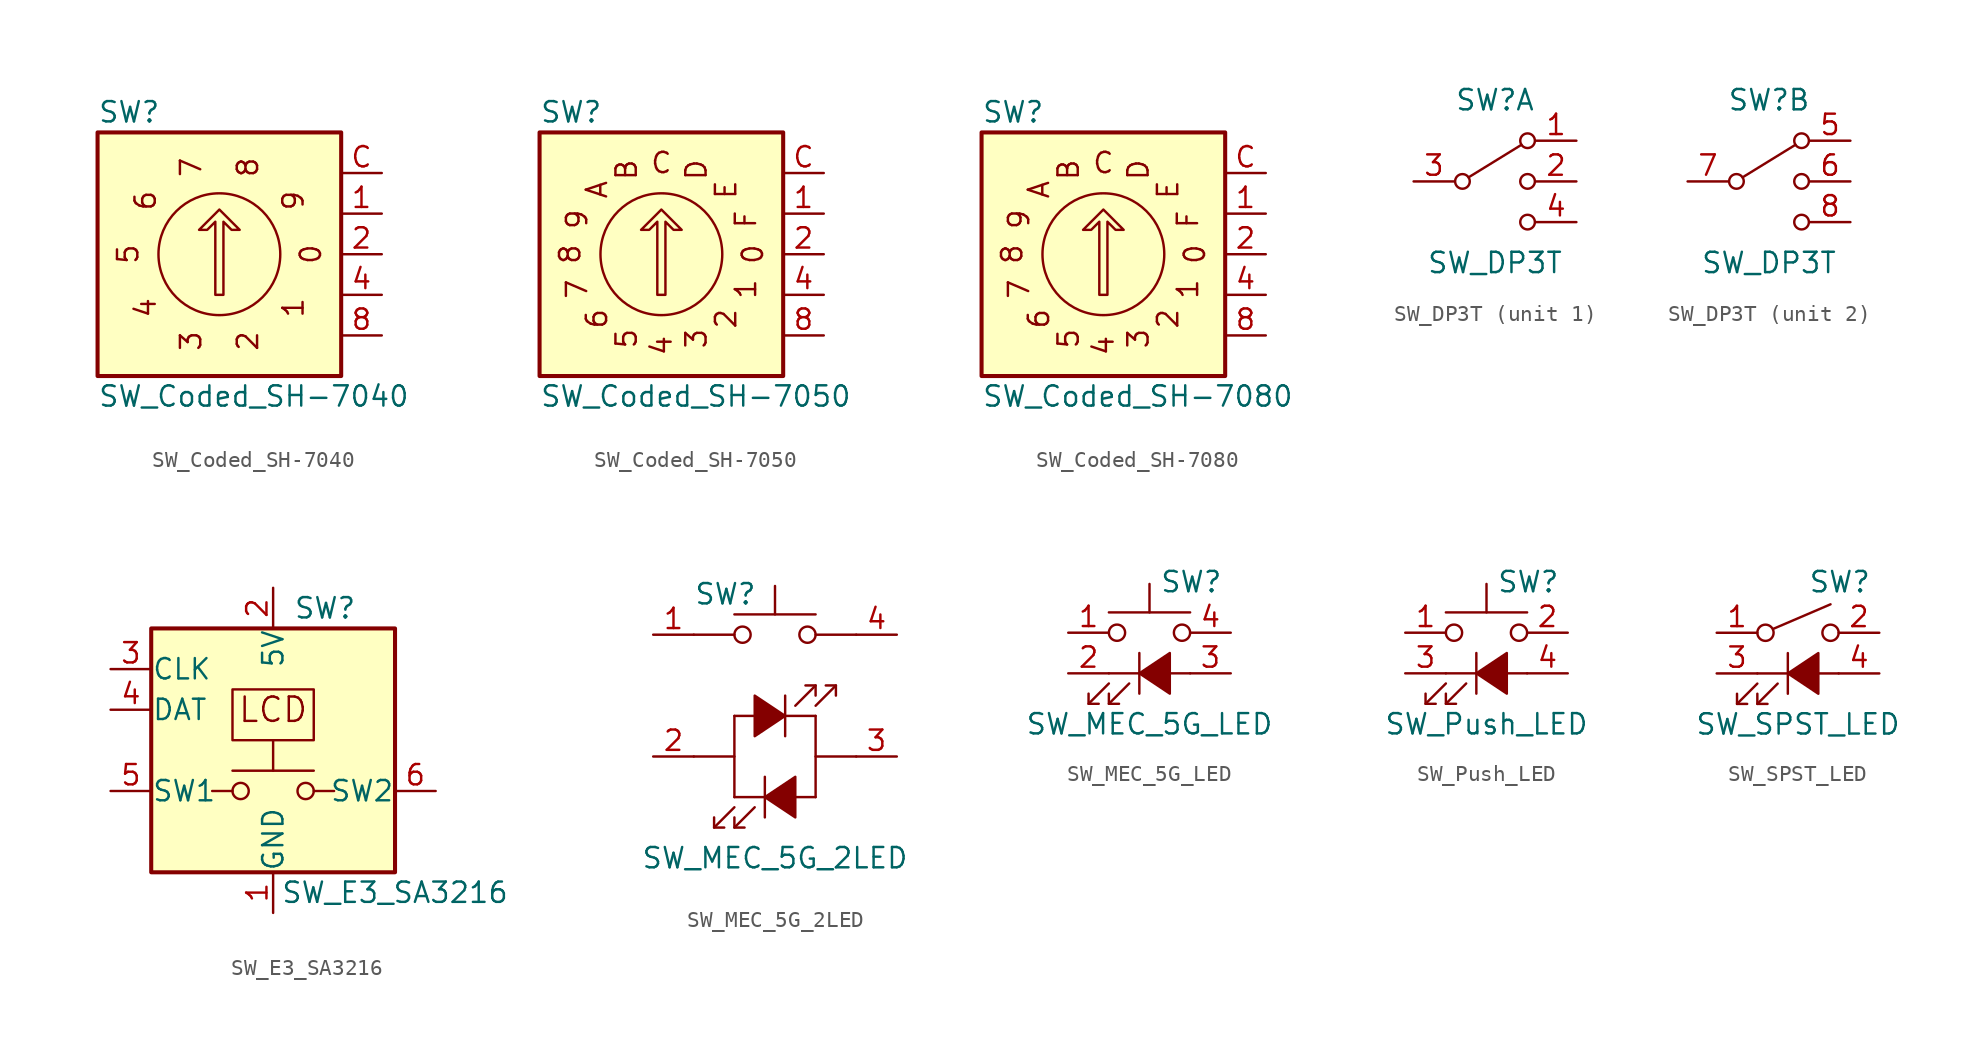
<source format=kicad_sym>
(kicad_symbol_lib
  (version 20200908)
  (generator kicad_symbol_editor)
  (symbol "Switch:SW_Coded_SH-7040"
    (pin_names hide)
    (property "Reference" "SW"
      (at -7.62 8.89 0)
      (effects (font (size 1.27 1.27)) (justify left)))
    (property "Value" "SW_Coded_SH-7040"
      (at -7.62 -8.89 0)
      (effects (font (size 1.27 1.27)) (justify left)))
    (symbol "SW_Coded_SH-7040_0_1"
      (circle (center 0 0) (radius 3.81) (stroke (width 0)) (fill (type none)))
      (rectangle (start 7.62 7.62) (end -7.62 -7.62) (stroke (width 0.254)) (fill (type background)))
      (polyline (pts (xy -0.254 -2.54) (xy -0.254 2.032) (xy -0.762 1.524) (xy -1.27 1.524) (xy 0 2.794) (xy 1.27 1.524) (xy 0.762 1.524) (xy 0.254 2.032) (xy 0.254 -2.54) (xy -0.254 -2.54) (xy -0.254 -2.54)) (stroke (width 0)) (fill (type none))))
    (symbol "SW_Coded_SH-7040_0_0"
      (text "0" (at 5.715 0 2700) (effects (font (size 1.27 1.27))))
      (text "1" (at 4.623 -3.353 2340) (effects (font (size 1.27 1.27))))
      (text "2" (at 1.778 -5.436 1980) (effects (font (size 1.27 1.27))))
      (text "3" (at -1.778 -5.436 1620) (effects (font (size 1.27 1.27))))
      (text "4" (at -4.623 -3.353 1260) (effects (font (size 1.27 1.27))))
      (text "5" (at -5.715 0 900) (effects (font (size 1.27 1.27))))
      (text "6" (at -4.623 3.353 540) (effects (font (size 1.27 1.27))))
      (text "7" (at -1.778 5.436 180) (effects (font (size 1.27 1.27))))
      (text "8" (at 1.778 5.436 3420) (effects (font (size 1.27 1.27))))
      (text "9" (at 4.623 3.353 3060) (effects (font (size 1.27 1.27)))))
    (symbol "SW_Coded_SH-7040_1_1"
      (pin passive line (at 10.16 2.54 180) (length 2.54) (name "1" (effects (font (size 1.27 1.27)))) (number "1" (effects (font (size 1.27 1.27)))))
      (pin passive line (at 10.16 0 180) (length 2.54) (name "2" (effects (font (size 1.27 1.27)))) (number "2" (effects (font (size 1.27 1.27)))))
      (pin passive line (at 10.16 -2.54 180) (length 2.54) (name "4" (effects (font (size 1.27 1.27)))) (number "4" (effects (font (size 1.27 1.27)))))
      (pin passive line (at 10.16 -5.08 180) (length 2.54) (name "8" (effects (font (size 1.27 1.27)))) (number "8" (effects (font (size 1.27 1.27)))))
      (pin passive line (at 10.16 5.08 180) (length 2.54) (name "C" (effects (font (size 1.27 1.27)))) (number "C" (effects (font (size 1.27 1.27)))))))
  (symbol "Switch:SW_Coded_SH-7050"
    (pin_names hide)
    (property "Reference" "SW"
      (at -7.62 8.89 0)
      (effects (font (size 1.27 1.27)) (justify left)))
    (property "Value" "SW_Coded_SH-7050"
      (at -7.62 -8.89 0)
      (effects (font (size 1.27 1.27)) (justify left)))
    (symbol "SW_Coded_SH-7050_0_1"
      (circle (center 0 0) (radius 3.81) (stroke (width 0)) (fill (type none)))
      (rectangle (start 7.62 7.62) (end -7.62 -7.62) (stroke (width 0.254)) (fill (type background)))
      (polyline (pts (xy -0.254 -2.54) (xy -0.254 2.032) (xy -0.762 1.524) (xy -1.27 1.524) (xy 0 2.794) (xy 1.27 1.524) (xy 0.762 1.524) (xy 0.254 2.032) (xy 0.254 -2.54) (xy -0.254 -2.54) (xy -0.254 -2.54)) (stroke (width 0)) (fill (type none))))
    (symbol "SW_Coded_SH-7050_0_0"
      (text "0" (at 5.715 0 2700) (effects (font (size 1.27 1.27))))
      (text "1" (at 5.283 -2.184 2475) (effects (font (size 1.27 1.27))))
      (text "2" (at 4.039 -4.039 2250) (effects (font (size 1.27 1.27))))
      (text "3" (at 2.184 -5.283 2025) (effects (font (size 1.27 1.27))))
      (text "4" (at 0 -5.715 1800) (effects (font (size 1.27 1.27))))
      (text "5" (at -2.184 -5.283 1575) (effects (font (size 1.27 1.27))))
      (text "6" (at -4.039 -4.039 1350) (effects (font (size 1.27 1.27))))
      (text "7" (at -5.283 -2.184 1125) (effects (font (size 1.27 1.27))))
      (text "8" (at -5.715 0 900) (effects (font (size 1.27 1.27))))
      (text "9" (at -5.283 2.184 675) (effects (font (size 1.27 1.27))))
      (text "A" (at -4.039 4.039 450) (effects (font (size 1.27 1.27))))
      (text "B" (at -2.184 5.283 225) (effects (font (size 1.27 1.27))))
      (text "C" (at 0 5.715 0) (effects (font (size 1.27 1.27))))
      (text "D" (at 2.184 5.283 3375) (effects (font (size 1.27 1.27))))
      (text "E" (at 4.039 4.039 3150) (effects (font (size 1.27 1.27))))
      (text "F" (at 5.283 2.184 2925) (effects (font (size 1.27 1.27)))))
    (symbol "SW_Coded_SH-7050_1_1"
      (pin passive line (at 10.16 2.54 180) (length 2.54) (name "1" (effects (font (size 1.27 1.27)))) (number "1" (effects (font (size 1.27 1.27)))))
      (pin passive line (at 10.16 0 180) (length 2.54) (name "2" (effects (font (size 1.27 1.27)))) (number "2" (effects (font (size 1.27 1.27)))))
      (pin passive line (at 10.16 -2.54 180) (length 2.54) (name "4" (effects (font (size 1.27 1.27)))) (number "4" (effects (font (size 1.27 1.27)))))
      (pin passive line (at 10.16 -5.08 180) (length 2.54) (name "8" (effects (font (size 1.27 1.27)))) (number "8" (effects (font (size 1.27 1.27)))))
      (pin passive line (at 10.16 5.08 180) (length 2.54) (name "C" (effects (font (size 1.27 1.27)))) (number "C" (effects (font (size 1.27 1.27)))))))
  (symbol "Switch:SW_Coded_SH-7080"
    (pin_names hide)
    (property "Reference" "SW"
      (at -7.62 8.89 0)
      (effects (font (size 1.27 1.27)) (justify left)))
    (property "Value" "SW_Coded_SH-7080"
      (at -7.62 -8.89 0)
      (effects (font (size 1.27 1.27)) (justify left)))
    (symbol "SW_Coded_SH-7080_0_1"
      (circle (center 0 0) (radius 3.81) (stroke (width 0)) (fill (type none)))
      (rectangle (start 7.62 7.62) (end -7.62 -7.62) (stroke (width 0.254)) (fill (type background)))
      (polyline (pts (xy -0.254 -2.54) (xy -0.254 2.032) (xy -0.762 1.524) (xy -1.27 1.524) (xy 0 2.794) (xy 1.27 1.524) (xy 0.762 1.524) (xy 0.254 2.032) (xy 0.254 -2.54) (xy -0.254 -2.54) (xy -0.254 -2.54)) (stroke (width 0)) (fill (type none))))
    (symbol "SW_Coded_SH-7080_0_0"
      (text "0" (at 5.715 0 2700) (effects (font (size 1.27 1.27))))
      (text "1" (at 5.283 -2.184 2475) (effects (font (size 1.27 1.27))))
      (text "2" (at 4.039 -4.039 2250) (effects (font (size 1.27 1.27))))
      (text "3" (at 2.184 -5.283 2025) (effects (font (size 1.27 1.27))))
      (text "4" (at 0 -5.715 1800) (effects (font (size 1.27 1.27))))
      (text "5" (at -2.184 -5.283 1575) (effects (font (size 1.27 1.27))))
      (text "6" (at -4.039 -4.039 1350) (effects (font (size 1.27 1.27))))
      (text "7" (at -5.283 -2.184 1125) (effects (font (size 1.27 1.27))))
      (text "8" (at -5.715 0 900) (effects (font (size 1.27 1.27))))
      (text "9" (at -5.283 2.184 675) (effects (font (size 1.27 1.27))))
      (text "A" (at -4.039 4.039 450) (effects (font (size 1.27 1.27))))
      (text "B" (at -2.184 5.283 225) (effects (font (size 1.27 1.27))))
      (text "C" (at 0 5.715 0) (effects (font (size 1.27 1.27))))
      (text "D" (at 2.184 5.283 3375) (effects (font (size 1.27 1.27))))
      (text "E" (at 4.039 4.039 3150) (effects (font (size 1.27 1.27))))
      (text "F" (at 5.283 2.184 2925) (effects (font (size 1.27 1.27)))))
    (symbol "SW_Coded_SH-7080_1_1"
      (pin passive line (at 10.16 2.54 180) (length 2.54) (name "1" (effects (font (size 1.27 1.27)))) (number "1" (effects (font (size 1.27 1.27)))))
      (pin passive line (at 10.16 0 180) (length 2.54) (name "2" (effects (font (size 1.27 1.27)))) (number "2" (effects (font (size 1.27 1.27)))))
      (pin passive line (at 10.16 -2.54 180) (length 2.54) (name "4" (effects (font (size 1.27 1.27)))) (number "4" (effects (font (size 1.27 1.27)))))
      (pin passive line (at 10.16 -5.08 180) (length 2.54) (name "8" (effects (font (size 1.27 1.27)))) (number "8" (effects (font (size 1.27 1.27)))))
      (pin passive line (at 10.16 5.08 180) (length 2.54) (name "C" (effects (font (size 1.27 1.27)))) (number "C" (effects (font (size 1.27 1.27)))))))
  (symbol "Switch:SW_DP3T"
    (pin_names
      (offset 0) hide)
    (property "Reference" "SW"
      (at 0 5.08 0)
      (effects (font (size 1.27 1.27))))
    (property "Value" "SW_DP3T"
      (at 0 -5.08 0)
      (effects (font (size 1.27 1.27))))
    (symbol "SW_DP3T_0_1"
      (circle (center -2.032 0) (radius 0.457) (stroke (width 0)) (fill (type none)))
      (circle (center 2.032 -2.54) (radius 0.457) (stroke (width 0)) (fill (type none)))
      (circle (center 2.032 0) (radius 0.457) (stroke (width 0)) (fill (type none)))
      (circle (center 2.032 2.54) (radius 0.457) (stroke (width 0)) (fill (type none)))
      (polyline (pts (xy -1.651 0.254) (xy 1.651 2.286)) (stroke (width 0)) (fill (type none))))
    (symbol "SW_DP3T_1_1"
      (pin passive line (at 5.08 2.54 180) (length 2.54) (name "1" (effects (font (size 1.27 1.27)))) (number "1" (effects (font (size 1.27 1.27)))))
      (pin passive line (at 5.08 0 180) (length 2.54) (name "2" (effects (font (size 1.27 1.27)))) (number "2" (effects (font (size 1.27 1.27)))))
      (pin passive line (at -5.08 0 0) (length 2.54) (name "3" (effects (font (size 1.27 1.27)))) (number "3" (effects (font (size 1.27 1.27)))))
      (pin passive line (at 5.08 -2.54 180) (length 2.54) (name "4" (effects (font (size 1.27 1.27)))) (number "4" (effects (font (size 1.27 1.27))))))
    (symbol "SW_DP3T_2_1"
      (pin passive line (at 5.08 2.54 180) (length 2.54) (name "5" (effects (font (size 1.27 1.27)))) (number "5" (effects (font (size 1.27 1.27)))))
      (pin passive line (at 5.08 0 180) (length 2.54) (name "6" (effects (font (size 1.27 1.27)))) (number "6" (effects (font (size 1.27 1.27)))))
      (pin passive line (at -5.08 0 0) (length 2.54) (name "7" (effects (font (size 1.27 1.27)))) (number "7" (effects (font (size 1.27 1.27)))))
      (pin passive line (at 5.08 -2.54 180) (length 2.54) (name "8" (effects (font (size 1.27 1.27)))) (number "8" (effects (font (size 1.27 1.27)))))))
  (symbol "Switch:SW_E3_SA3216"
    (pin_names
      (offset 0.025))
    (property "Reference" "SW"
      (at 1.27 8.89 0)
      (effects (font (size 1.27 1.27)) (justify left)))
    (property "Value" "SW_E3_SA3216"
      (at 7.62 -8.89 0)
      (effects (font (size 1.27 1.27))))
    (symbol "SW_E3_SA3216_0_1"
      (circle (center -2.032 -2.54) (radius 0.508) (stroke (width 0)) (fill (type none)))
      (circle (center 2.032 -2.54) (radius 0.508) (stroke (width 0)) (fill (type none)))
      (polyline (pts (xy 2.54 -1.27) (xy -2.54 -1.27)) (stroke (width 0)) (fill (type none)))
      (polyline (pts (xy 0 -1.27) (xy 0 0.635) (xy -2.54 0.635) (xy -2.54 3.81) (xy 2.54 3.81) (xy 2.54 0.635) (xy 0 0.635)) (stroke (width 0)) (fill (type none)))
      (pin power_in line (at 0 -10.16 90) (length 2.54) (name "GND" (effects (font (size 1.27 1.27)))) (number "1" (effects (font (size 1.27 1.27)))))
      (pin power_in line (at 0 10.16 270) (length 2.54) (name "5V" (effects (font (size 1.27 1.27)))) (number "2" (effects (font (size 1.27 1.27)))))
      (pin input line (at -10.16 5.08 0) (length 2.54) (name "CLK" (effects (font (size 1.27 1.27)))) (number "3" (effects (font (size 1.27 1.27)))))
      (pin input line (at -10.16 2.54 0) (length 2.54) (name "DAT" (effects (font (size 1.27 1.27)))) (number "4" (effects (font (size 1.27 1.27))))))
    (symbol "SW_E3_SA3216_0_0"
      (text "LCD" (at 0 2.54 0) (effects (font (size 1.524 1.524))))
      (rectangle (start -7.62 7.62) (end 7.62 -7.62) (stroke (width 0.254)) (fill (type background)))
      (polyline (pts (xy -2.54 -2.54) (xy -3.81 -2.54)) (stroke (width 0)) (fill (type none)))
      (polyline (pts (xy 2.54 -2.54) (xy 3.81 -2.54)) (stroke (width 0)) (fill (type none))))
    (symbol "SW_E3_SA3216_1_1"
      (pin passive line (at -10.16 -2.54 0) (length 2.54) (name "SW1" (effects (font (size 1.27 1.27)))) (number "5" (effects (font (size 1.27 1.27)))))
      (pin passive line (at 10.16 -2.54 180) (length 2.54) (name "SW2" (effects (font (size 1.27 1.27)))) (number "6" (effects (font (size 1.27 1.27)))))))
  (symbol "Switch:SW_MEC_5G_2LED"
    (pin_names
      (offset 1.016) hide)
    (property "Reference" "SW"
      (at -5.08 7.62 0)
      (effects (font (size 1.27 1.27)) (justify left)))
    (property "Value" "SW_MEC_5G_2LED"
      (at 0 -8.89 0)
      (effects (font (size 1.27 1.27))))
    (symbol "SW_MEC_5G_2LED_0_1"
      (circle (center -2.032 5.08) (radius 0.508) (stroke (width 0)) (fill (type none)))
      (circle (center 2.032 5.08) (radius 0.508) (stroke (width 0)) (fill (type none)))
      (polyline (pts (xy 0 6.35) (xy 0 8.128)) (stroke (width 0)) (fill (type none)))
      (polyline (pts (xy 2.54 6.35) (xy -2.54 6.35)) (stroke (width 0)) (fill (type none)))
      (pin passive line (at -7.62 5.08 0) (length 2.54) (name "1" (effects (font (size 1.27 1.27)))) (number "1" (effects (font (size 1.27 1.27)))))
      (pin passive line (at -7.62 -2.54 0) (length 2.54) (name "2" (effects (font (size 1.27 1.27)))) (number "2" (effects (font (size 1.27 1.27)))))
      (pin passive line (at 7.62 -2.54 180) (length 2.54) (name "K" (effects (font (size 1.27 1.27)))) (number "3" (effects (font (size 1.27 1.27)))))
      (pin passive line (at 7.62 5.08 180) (length 2.54) (name "A" (effects (font (size 1.27 1.27)))) (number "4" (effects (font (size 1.27 1.27))))))
    (symbol "SW_MEC_5G_2LED_0_0"
      (polyline (pts (xy -5.08 -2.54) (xy -2.54 -2.54)) (stroke (width 0)) (fill (type none)))
      (polyline (pts (xy -5.08 5.08) (xy -2.54 5.08)) (stroke (width 0)) (fill (type none)))
      (polyline (pts (xy -3.81 -6.985) (xy -2.54 -5.715)) (stroke (width 0)) (fill (type none)))
      (polyline (pts (xy -2.54 -6.985) (xy -1.27 -5.715)) (stroke (width 0)) (fill (type none)))
      (polyline (pts (xy -2.54 -5.08) (xy 2.54 -5.08)) (stroke (width 0)) (fill (type none)))
      (polyline (pts (xy -2.54 0) (xy -2.54 -5.08)) (stroke (width 0)) (fill (type none)))
      (polyline (pts (xy -0.635 -3.81) (xy -0.635 -6.35)) (stroke (width 0)) (fill (type none)))
      (polyline (pts (xy 0.635 1.27) (xy 0.635 -1.27)) (stroke (width 0)) (fill (type none)))
      (polyline (pts (xy 2.54 0) (xy -2.54 0)) (stroke (width 0)) (fill (type none)))
      (polyline (pts (xy 2.54 0) (xy 2.54 -5.08)) (stroke (width 0)) (fill (type none)))
      (polyline (pts (xy 2.54 1.905) (xy 1.27 0.635)) (stroke (width 0)) (fill (type none)))
      (polyline (pts (xy 2.54 5.08) (xy 5.08 5.08)) (stroke (width 0)) (fill (type none)))
      (polyline (pts (xy 3.81 1.905) (xy 2.54 0.635)) (stroke (width 0)) (fill (type none)))
      (polyline (pts (xy 5.08 -2.54) (xy 2.54 -2.54)) (stroke (width 0)) (fill (type none)))
      (polyline (pts (xy -3.81 -6.35) (xy -3.81 -6.985) (xy -3.175 -6.985)) (stroke (width 0)) (fill (type none)))
      (polyline (pts (xy -2.54 -6.35) (xy -2.54 -6.985) (xy -1.905 -6.985)) (stroke (width 0)) (fill (type none)))
      (polyline (pts (xy 2.54 1.27) (xy 2.54 1.905) (xy 1.905 1.905)) (stroke (width 0)) (fill (type none)))
      (polyline (pts (xy 3.81 1.27) (xy 3.81 1.905) (xy 3.175 1.905)) (stroke (width 0)) (fill (type none)))
      (polyline (pts (xy -0.635 -5.08) (xy 1.27 -3.81) (xy 1.27 -6.35) (xy -0.635 -5.08)) (stroke (width 0)) (fill (type outline)))
      (polyline (pts (xy 0.635 0) (xy -1.27 1.27) (xy -1.27 -1.27) (xy 0.635 0)) (stroke (width 0)) (fill (type outline)))))
  (symbol "Switch:SW_MEC_5G_LED"
    (pin_names
      (offset 1.016) hide)
    (property "Reference" "SW"
      (at 0.635 5.715 0)
      (effects (font (size 1.27 1.27)) (justify left)))
    (property "Value" "SW_MEC_5G_LED"
      (at 0 -3.175 0)
      (effects (font (size 1.27 1.27))))
    (symbol "SW_MEC_5G_LED_0_1"
      (circle (center -2.032 2.54) (radius 0.508) (stroke (width 0)) (fill (type none)))
      (circle (center 2.032 2.54) (radius 0.508) (stroke (width 0)) (fill (type none)))
      (polyline (pts (xy 0 3.81) (xy 0 5.588)) (stroke (width 0)) (fill (type none)))
      (polyline (pts (xy 2.54 3.81) (xy -2.54 3.81)) (stroke (width 0)) (fill (type none)))
      (pin passive line (at -5.08 2.54 0) (length 2.54) (name "1" (effects (font (size 1.27 1.27)))) (number "1" (effects (font (size 1.27 1.27)))))
      (pin passive line (at -5.08 0 0) (length 2.54) (name "2" (effects (font (size 1.27 1.27)))) (number "2" (effects (font (size 1.27 1.27)))))
      (pin passive line (at 5.08 0 180) (length 2.54) (name "K" (effects (font (size 1.27 1.27)))) (number "3" (effects (font (size 1.27 1.27)))))
      (pin passive line (at 5.08 2.54 180) (length 2.54) (name "A" (effects (font (size 1.27 1.27)))) (number "4" (effects (font (size 1.27 1.27))))))
    (symbol "SW_MEC_5G_LED_0_0"
      (polyline (pts (xy -3.81 -1.905) (xy -2.54 -0.635)) (stroke (width 0)) (fill (type none)))
      (polyline (pts (xy -2.54 -1.905) (xy -1.27 -0.635)) (stroke (width 0)) (fill (type none)))
      (polyline (pts (xy -2.54 0) (xy 2.54 0)) (stroke (width 0)) (fill (type none)))
      (polyline (pts (xy -0.635 1.27) (xy -0.635 -1.27)) (stroke (width 0)) (fill (type none)))
      (polyline (pts (xy -3.81 -1.27) (xy -3.81 -1.905) (xy -3.175 -1.905)) (stroke (width 0)) (fill (type none)))
      (polyline (pts (xy -2.54 -1.27) (xy -2.54 -1.905) (xy -1.905 -1.905)) (stroke (width 0)) (fill (type none)))
      (polyline (pts (xy -0.635 0) (xy 1.27 1.27) (xy 1.27 -1.27) (xy -0.635 0)) (stroke (width 0)) (fill (type outline)))))
  (symbol "Switch:SW_Push_LED"
    (pin_names
      (offset 1.016) hide)
    (property "Reference" "SW"
      (at 0.635 5.715 0)
      (effects (font (size 1.27 1.27)) (justify left)))
    (property "Value" "SW_Push_LED"
      (at 0 -3.175 0)
      (effects (font (size 1.27 1.27))))
    (symbol "SW_Push_LED_0_1"
      (circle (center -2.032 2.54) (radius 0.508) (stroke (width 0)) (fill (type none)))
      (circle (center 2.032 2.54) (radius 0.508) (stroke (width 0)) (fill (type none)))
      (polyline (pts (xy 0 3.81) (xy 0 5.588)) (stroke (width 0)) (fill (type none)))
      (polyline (pts (xy 2.54 3.81) (xy -2.54 3.81)) (stroke (width 0)) (fill (type none)))
      (pin passive line (at -5.08 2.54 0) (length 2.54) (name "1" (effects (font (size 1.27 1.27)))) (number "1" (effects (font (size 1.27 1.27)))))
      (pin passive line (at 5.08 2.54 180) (length 2.54) (name "2" (effects (font (size 1.27 1.27)))) (number "2" (effects (font (size 1.27 1.27)))))
      (pin passive line (at -5.08 0 0) (length 2.54) (name "K" (effects (font (size 1.27 1.27)))) (number "3" (effects (font (size 1.27 1.27)))))
      (pin passive line (at 5.08 0 180) (length 2.54) (name "A" (effects (font (size 1.27 1.27)))) (number "4" (effects (font (size 1.27 1.27))))))
    (symbol "SW_Push_LED_0_0"
      (polyline (pts (xy -3.81 -1.905) (xy -2.54 -0.635)) (stroke (width 0)) (fill (type none)))
      (polyline (pts (xy -2.54 -1.905) (xy -1.27 -0.635)) (stroke (width 0)) (fill (type none)))
      (polyline (pts (xy -2.54 0) (xy 2.54 0)) (stroke (width 0)) (fill (type none)))
      (polyline (pts (xy -0.635 1.27) (xy -0.635 -1.27)) (stroke (width 0)) (fill (type none)))
      (polyline (pts (xy -3.81 -1.27) (xy -3.81 -1.905) (xy -3.175 -1.905)) (stroke (width 0)) (fill (type none)))
      (polyline (pts (xy -2.54 -1.27) (xy -2.54 -1.905) (xy -1.905 -1.905)) (stroke (width 0)) (fill (type none)))
      (polyline (pts (xy -0.635 0) (xy 1.27 1.27) (xy 1.27 -1.27) (xy -0.635 0)) (stroke (width 0)) (fill (type outline)))))
  (symbol "Switch:SW_SPST_LED"
    (pin_names
      (offset 1.016) hide)
    (property "Reference" "SW"
      (at 0.635 5.715 0)
      (effects (font (size 1.27 1.27)) (justify left)))
    (property "Value" "SW_SPST_LED"
      (at 0 -3.175 0)
      (effects (font (size 1.27 1.27))))
    (symbol "SW_SPST_LED_0_1"
      (circle (center -2.032 2.54) (radius 0.508) (stroke (width 0)) (fill (type none)))
      (circle (center 2.032 2.54) (radius 0.508) (stroke (width 0)) (fill (type none)))
      (polyline (pts (xy -1.524 2.794) (xy 2.032 4.318)) (stroke (width 0)) (fill (type none)))
      (pin passive line (at -5.08 2.54 0) (length 2.54) (name "1" (effects (font (size 1.27 1.27)))) (number "1" (effects (font (size 1.27 1.27)))))
      (pin passive line (at 5.08 2.54 180) (length 2.54) (name "2" (effects (font (size 1.27 1.27)))) (number "2" (effects (font (size 1.27 1.27)))))
      (pin passive line (at -5.08 0 0) (length 2.54) (name "K" (effects (font (size 1.27 1.27)))) (number "3" (effects (font (size 1.27 1.27)))))
      (pin passive line (at 5.08 0 180) (length 2.54) (name "A" (effects (font (size 1.27 1.27)))) (number "4" (effects (font (size 1.27 1.27))))))
    (symbol "SW_SPST_LED_0_0"
      (polyline (pts (xy -3.81 -1.905) (xy -2.54 -0.635)) (stroke (width 0)) (fill (type none)))
      (polyline (pts (xy -2.54 -1.905) (xy -1.27 -0.635)) (stroke (width 0)) (fill (type none)))
      (polyline (pts (xy -2.54 0) (xy 2.54 0)) (stroke (width 0)) (fill (type none)))
      (polyline (pts (xy -0.635 1.27) (xy -0.635 -1.27)) (stroke (width 0)) (fill (type none)))
      (polyline (pts (xy -3.81 -1.27) (xy -3.81 -1.905) (xy -3.175 -1.905)) (stroke (width 0)) (fill (type none)))
      (polyline (pts (xy -2.54 -1.27) (xy -2.54 -1.905) (xy -1.905 -1.905)) (stroke (width 0)) (fill (type none)))
      (polyline (pts (xy -0.635 0) (xy 1.27 1.27) (xy 1.27 -1.27) (xy -0.635 0)) (stroke (width 0)) (fill (type outline))))))
</source>
